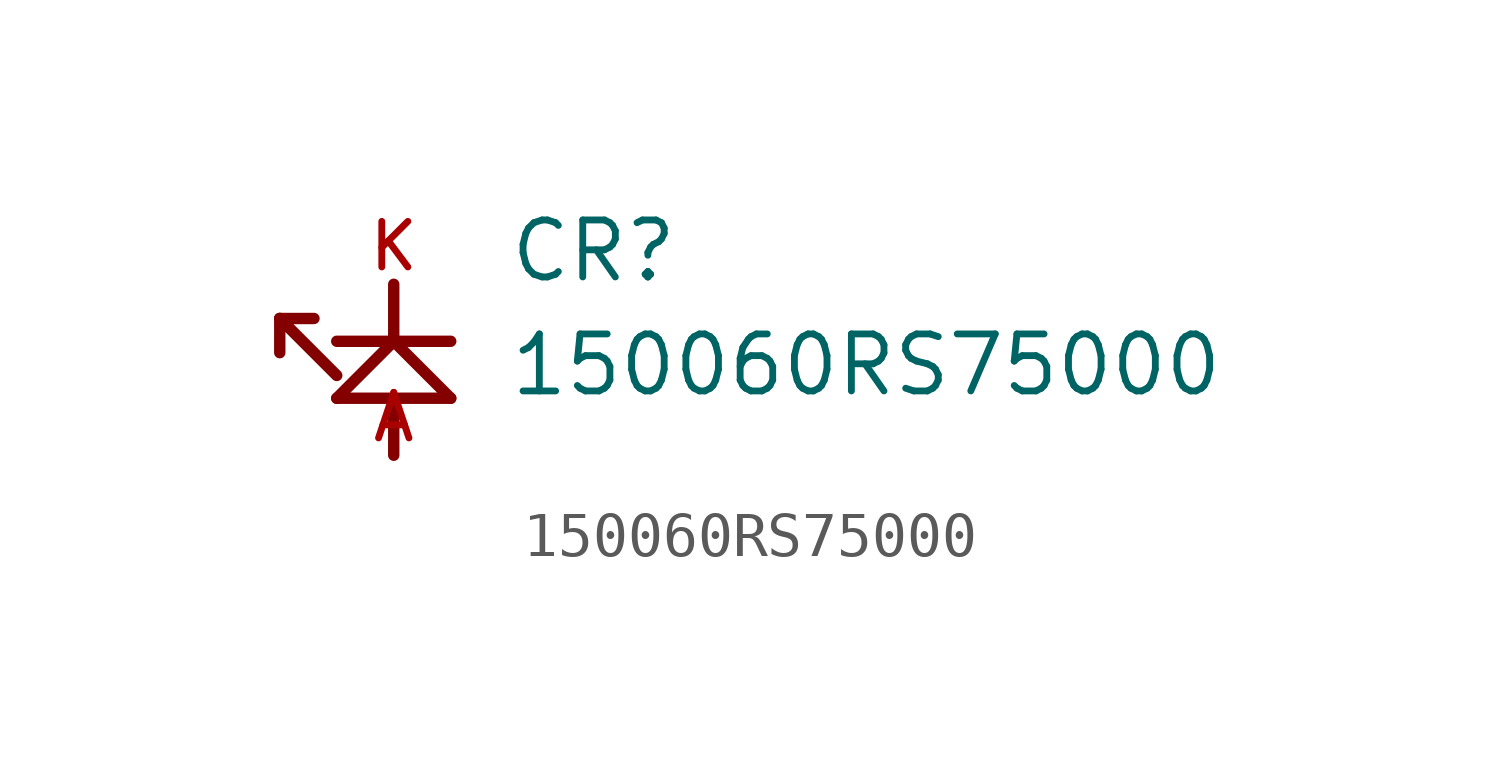
<source format=kicad_sym>
(kicad_symbol_lib
  (version 20211014)
  (generator kicad_symbol_editor)
  (symbol "150060RS75000"
    (pin_names
      (offset 1.016))
    (property "Reference" "CR"
      (at 2.54 2.54 0)
      (effects (font (size 1.27 1.27)) (justify bottom left)))
    (property "Value" "150060RS75000"
      (at 2.54 0.0 0)
      (effects (font (size 1.27 1.27)) (justify bottom left)))
    (symbol "150060RS75000_0_0"
      (polyline (pts (xy 1.27 0.0) (xy 0.0 1.27)) (stroke (width 0.254)))
      (polyline (pts (xy 0.0 1.27) (xy -1.27 0.0)) (stroke (width 0.254)))
      (polyline (pts (xy -1.27 0.0) (xy 0.0 0.0)) (stroke (width 0.254)))
      (polyline (pts (xy 0.0 0.0) (xy 1.27 0.0)) (stroke (width 0.254)))
      (polyline (pts (xy -1.27 1.27) (xy 0.0 1.27)) (stroke (width 0.254)))
      (polyline (pts (xy 0.0 1.27) (xy 1.27 1.27)) (stroke (width 0.254)))
      (polyline (pts (xy 0.0 1.27) (xy 0.0 2.54)) (stroke (width 0.254)))
      (polyline (pts (xy 0.0 0.0) (xy 0.0 -1.27)) (stroke (width 0.254)))
      (polyline (pts (xy -1.27 0.508) (xy -2.54 1.778)) (stroke (width 0.254)))
      (polyline (pts (xy -2.54 1.778) (xy -2.54 1.016)) (stroke (width 0.254)))
      (polyline (pts (xy -1.778 1.778) (xy -2.54 1.778)) (stroke (width 0.254)))
      (pin bidirectional line (at 0.0 2.54 0) (length 0) (name "~" (effects (font (size 1.016 1.016)))) (number "K" (effects (font (size 1.016 1.016)))))
      (pin bidirectional line (at 0.0 -1.27 0) (length 0) (name "~" (effects (font (size 1.016 1.016)))) (number "A" (effects (font (size 1.016 1.016))))))))
</source>
